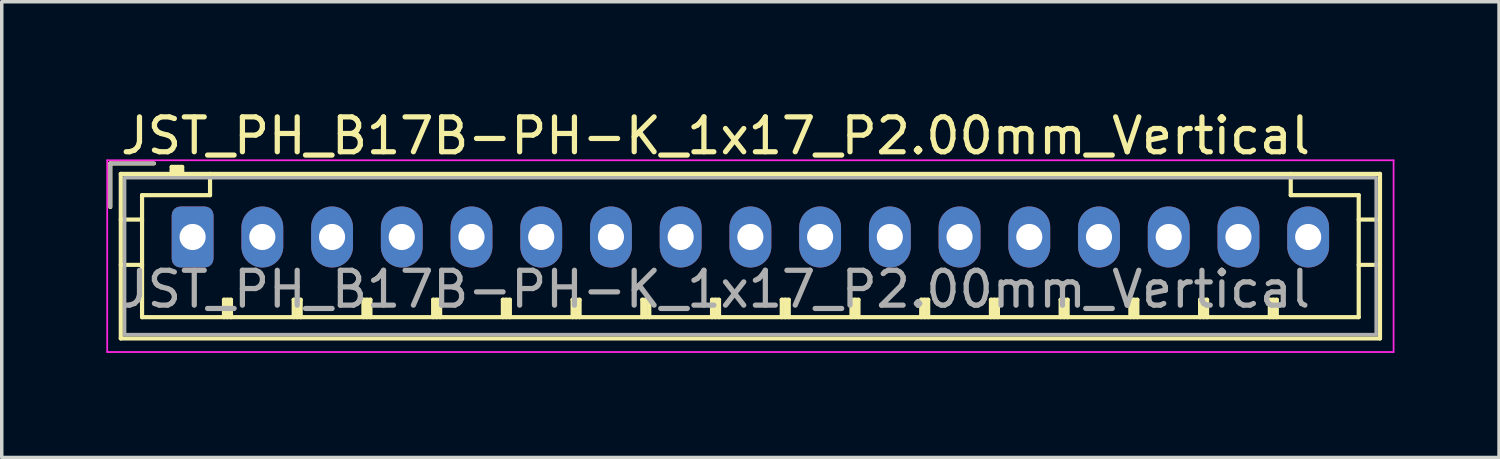
<source format=kicad_pcb>
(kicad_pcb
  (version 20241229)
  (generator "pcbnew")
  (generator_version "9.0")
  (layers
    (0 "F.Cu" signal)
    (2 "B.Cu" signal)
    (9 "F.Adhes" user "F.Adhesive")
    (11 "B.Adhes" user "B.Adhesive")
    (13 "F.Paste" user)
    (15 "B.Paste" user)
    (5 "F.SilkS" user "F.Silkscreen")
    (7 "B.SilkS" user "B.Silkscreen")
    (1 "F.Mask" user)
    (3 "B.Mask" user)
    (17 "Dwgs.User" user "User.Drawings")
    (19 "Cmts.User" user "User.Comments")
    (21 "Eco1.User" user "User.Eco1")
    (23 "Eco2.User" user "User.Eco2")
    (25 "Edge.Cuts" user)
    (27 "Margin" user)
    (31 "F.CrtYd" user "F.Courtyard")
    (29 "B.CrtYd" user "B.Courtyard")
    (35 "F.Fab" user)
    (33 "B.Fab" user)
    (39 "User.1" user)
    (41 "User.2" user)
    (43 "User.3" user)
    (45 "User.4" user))
  (footprint "JST_PH_B17B-PH-K_1x17_P2.00mm_Vertical"
    (layer "F.Cu")
    (at 2.475 3.748)
    (property "Reference" "JST_PH_B17B-PH-K_1x17_P2.00mm_Vertical" (at 15 -2.9 0) (layer "F.SilkS") (effects (font (size 1 1) (thickness 0.15))))
    (attr through_hole)
    (fp_line (start -2.36 -2.11) (end -2.36 -0.86) (stroke (width 0.12) (type solid)) (layer "F.SilkS"))
    (fp_line (start -2.06 -1.81) (end -2.06 2.91) (stroke (width 0.12) (type solid)) (layer "F.SilkS"))
    (fp_line (start -2.06 -0.5) (end -1.45 -0.5) (stroke (width 0.12) (type solid)) (layer "F.SilkS"))
    (fp_line (start -2.06 0.8) (end -1.45 0.8) (stroke (width 0.12) (type solid)) (layer "F.SilkS"))
    (fp_line (start -2.06 2.91) (end 34.06 2.91) (stroke (width 0.12) (type solid)) (layer "F.SilkS"))
    (fp_line (start -1.45 -1.2) (end -1.45 2.3) (stroke (width 0.12) (type solid)) (layer "F.SilkS"))
    (fp_line (start -1.45 2.3) (end 33.45 2.3) (stroke (width 0.12) (type solid)) (layer "F.SilkS"))
    (fp_line (start -1.11 -2.11) (end -2.36 -2.11) (stroke (width 0.12) (type solid)) (layer "F.SilkS"))
    (fp_line (start -0.6 -2.01) (end -0.6 -1.81) (stroke (width 0.12) (type solid)) (layer "F.SilkS"))
    (fp_line (start -0.3 -2.01) (end -0.6 -2.01) (stroke (width 0.12) (type solid)) (layer "F.SilkS"))
    (fp_line (start -0.3 -1.91) (end -0.6 -1.91) (stroke (width 0.12) (type solid)) (layer "F.SilkS"))
    (fp_line (start -0.3 -1.81) (end -0.3 -2.01) (stroke (width 0.12) (type solid)) (layer "F.SilkS"))
    (fp_line (start 0.5 -1.81) (end 0.5 -1.2) (stroke (width 0.12) (type solid)) (layer "F.SilkS"))
    (fp_line (start 0.5 -1.2) (end -1.45 -1.2) (stroke (width 0.12) (type solid)) (layer "F.SilkS"))
    (fp_line (start 0.9 1.8) (end 1.1 1.8) (stroke (width 0.12) (type solid)) (layer "F.SilkS"))
    (fp_line (start 0.9 2.3) (end 0.9 1.8) (stroke (width 0.12) (type solid)) (layer "F.SilkS"))
    (fp_line (start 1 2.3) (end 1 1.8) (stroke (width 0.12) (type solid)) (layer "F.SilkS"))
    (fp_line (start 1.1 1.8) (end 1.1 2.3) (stroke (width 0.12) (type solid)) (layer "F.SilkS"))
    (fp_line (start 2.9 1.8) (end 3.1 1.8) (stroke (width 0.12) (type solid)) (layer "F.SilkS"))
    (fp_line (start 2.9 2.3) (end 2.9 1.8) (stroke (width 0.12) (type solid)) (layer "F.SilkS"))
    (fp_line (start 3 2.3) (end 3 1.8) (stroke (width 0.12) (type solid)) (layer "F.SilkS"))
    (fp_line (start 3.1 1.8) (end 3.1 2.3) (stroke (width 0.12) (type solid)) (layer "F.SilkS"))
    (fp_line (start 4.9 1.8) (end 5.1 1.8) (stroke (width 0.12) (type solid)) (layer "F.SilkS"))
    (fp_line (start 4.9 2.3) (end 4.9 1.8) (stroke (width 0.12) (type solid)) (layer "F.SilkS"))
    (fp_line (start 5 2.3) (end 5 1.8) (stroke (width 0.12) (type solid)) (layer "F.SilkS"))
    (fp_line (start 5.1 1.8) (end 5.1 2.3) (stroke (width 0.12) (type solid)) (layer "F.SilkS"))
    (fp_line (start 6.9 1.8) (end 7.1 1.8) (stroke (width 0.12) (type solid)) (layer "F.SilkS"))
    (fp_line (start 6.9 2.3) (end 6.9 1.8) (stroke (width 0.12) (type solid)) (layer "F.SilkS"))
    (fp_line (start 7 2.3) (end 7 1.8) (stroke (width 0.12) (type solid)) (layer "F.SilkS"))
    (fp_line (start 7.1 1.8) (end 7.1 2.3) (stroke (width 0.12) (type solid)) (layer "F.SilkS"))
    (fp_line (start 8.9 1.8) (end 9.1 1.8) (stroke (width 0.12) (type solid)) (layer "F.SilkS"))
    (fp_line (start 8.9 2.3) (end 8.9 1.8) (stroke (width 0.12) (type solid)) (layer "F.SilkS"))
    (fp_line (start 9 2.3) (end 9 1.8) (stroke (width 0.12) (type solid)) (layer "F.SilkS"))
    (fp_line (start 9.1 1.8) (end 9.1 2.3) (stroke (width 0.12) (type solid)) (layer "F.SilkS"))
    (fp_line (start 10.9 1.8) (end 11.1 1.8) (stroke (width 0.12) (type solid)) (layer "F.SilkS"))
    (fp_line (start 10.9 2.3) (end 10.9 1.8) (stroke (width 0.12) (type solid)) (layer "F.SilkS"))
    (fp_line (start 11 2.3) (end 11 1.8) (stroke (width 0.12) (type solid)) (layer "F.SilkS"))
    (fp_line (start 11.1 1.8) (end 11.1 2.3) (stroke (width 0.12) (type solid)) (layer "F.SilkS"))
    (fp_line (start 12.9 1.8) (end 13.1 1.8) (stroke (width 0.12) (type solid)) (layer "F.SilkS"))
    (fp_line (start 12.9 2.3) (end 12.9 1.8) (stroke (width 0.12) (type solid)) (layer "F.SilkS"))
    (fp_line (start 13 2.3) (end 13 1.8) (stroke (width 0.12) (type solid)) (layer "F.SilkS"))
    (fp_line (start 13.1 1.8) (end 13.1 2.3) (stroke (width 0.12) (type solid)) (layer "F.SilkS"))
    (fp_line (start 14.9 1.8) (end 15.1 1.8) (stroke (width 0.12) (type solid)) (layer "F.SilkS"))
    (fp_line (start 14.9 2.3) (end 14.9 1.8) (stroke (width 0.12) (type solid)) (layer "F.SilkS"))
    (fp_line (start 15 2.3) (end 15 1.8) (stroke (width 0.12) (type solid)) (layer "F.SilkS"))
    (fp_line (start 15.1 1.8) (end 15.1 2.3) (stroke (width 0.12) (type solid)) (layer "F.SilkS"))
    (fp_line (start 16.9 1.8) (end 17.1 1.8) (stroke (width 0.12) (type solid)) (layer "F.SilkS"))
    (fp_line (start 16.9 2.3) (end 16.9 1.8) (stroke (width 0.12) (type solid)) (layer "F.SilkS"))
    (fp_line (start 17 2.3) (end 17 1.8) (stroke (width 0.12) (type solid)) (layer "F.SilkS"))
    (fp_line (start 17.1 1.8) (end 17.1 2.3) (stroke (width 0.12) (type solid)) (layer "F.SilkS"))
    (fp_line (start 18.9 1.8) (end 19.1 1.8) (stroke (width 0.12) (type solid)) (layer "F.SilkS"))
    (fp_line (start 18.9 2.3) (end 18.9 1.8) (stroke (width 0.12) (type solid)) (layer "F.SilkS"))
    (fp_line (start 19 2.3) (end 19 1.8) (stroke (width 0.12) (type solid)) (layer "F.SilkS"))
    (fp_line (start 19.1 1.8) (end 19.1 2.3) (stroke (width 0.12) (type solid)) (layer "F.SilkS"))
    (fp_line (start 20.9 1.8) (end 21.1 1.8) (stroke (width 0.12) (type solid)) (layer "F.SilkS"))
    (fp_line (start 20.9 2.3) (end 20.9 1.8) (stroke (width 0.12) (type solid)) (layer "F.SilkS"))
    (fp_line (start 21 2.3) (end 21 1.8) (stroke (width 0.12) (type solid)) (layer "F.SilkS"))
    (fp_line (start 21.1 1.8) (end 21.1 2.3) (stroke (width 0.12) (type solid)) (layer "F.SilkS"))
    (fp_line (start 22.9 1.8) (end 23.1 1.8) (stroke (width 0.12) (type solid)) (layer "F.SilkS"))
    (fp_line (start 22.9 2.3) (end 22.9 1.8) (stroke (width 0.12) (type solid)) (layer "F.SilkS"))
    (fp_line (start 23 2.3) (end 23 1.8) (stroke (width 0.12) (type solid)) (layer "F.SilkS"))
    (fp_line (start 23.1 1.8) (end 23.1 2.3) (stroke (width 0.12) (type solid)) (layer "F.SilkS"))
    (fp_line (start 24.9 1.8) (end 25.1 1.8) (stroke (width 0.12) (type solid)) (layer "F.SilkS"))
    (fp_line (start 24.9 2.3) (end 24.9 1.8) (stroke (width 0.12) (type solid)) (layer "F.SilkS"))
    (fp_line (start 25 2.3) (end 25 1.8) (stroke (width 0.12) (type solid)) (layer "F.SilkS"))
    (fp_line (start 25.1 1.8) (end 25.1 2.3) (stroke (width 0.12) (type solid)) (layer "F.SilkS"))
    (fp_line (start 26.9 1.8) (end 27.1 1.8) (stroke (width 0.12) (type solid)) (layer "F.SilkS"))
    (fp_line (start 26.9 2.3) (end 26.9 1.8) (stroke (width 0.12) (type solid)) (layer "F.SilkS"))
    (fp_line (start 27 2.3) (end 27 1.8) (stroke (width 0.12) (type solid)) (layer "F.SilkS"))
    (fp_line (start 27.1 1.8) (end 27.1 2.3) (stroke (width 0.12) (type solid)) (layer "F.SilkS"))
    (fp_line (start 28.9 1.8) (end 29.1 1.8) (stroke (width 0.12) (type solid)) (layer "F.SilkS"))
    (fp_line (start 28.9 2.3) (end 28.9 1.8) (stroke (width 0.12) (type solid)) (layer "F.SilkS"))
    (fp_line (start 29 2.3) (end 29 1.8) (stroke (width 0.12) (type solid)) (layer "F.SilkS"))
    (fp_line (start 29.1 1.8) (end 29.1 2.3) (stroke (width 0.12) (type solid)) (layer "F.SilkS"))
    (fp_line (start 30.9 1.8) (end 31.1 1.8) (stroke (width 0.12) (type solid)) (layer "F.SilkS"))
    (fp_line (start 30.9 2.3) (end 30.9 1.8) (stroke (width 0.12) (type solid)) (layer "F.SilkS"))
    (fp_line (start 31 2.3) (end 31 1.8) (stroke (width 0.12) (type solid)) (layer "F.SilkS"))
    (fp_line (start 31.1 1.8) (end 31.1 2.3) (stroke (width 0.12) (type solid)) (layer "F.SilkS"))
    (fp_line (start 31.5 -1.2) (end 31.5 -1.81) (stroke (width 0.12) (type solid)) (layer "F.SilkS"))
    (fp_line (start 33.45 -1.2) (end 31.5 -1.2) (stroke (width 0.12) (type solid)) (layer "F.SilkS"))
    (fp_line (start 33.45 2.3) (end 33.45 -1.2) (stroke (width 0.12) (type solid)) (layer "F.SilkS"))
    (fp_line (start 34.06 -1.81) (end -2.06 -1.81) (stroke (width 0.12) (type solid)) (layer "F.SilkS"))
    (fp_line (start 34.06 -0.5) (end 33.45 -0.5) (stroke (width 0.12) (type solid)) (layer "F.SilkS"))
    (fp_line (start 34.06 0.8) (end 33.45 0.8) (stroke (width 0.12) (type solid)) (layer "F.SilkS"))
    (fp_line (start 34.06 2.91) (end 34.06 -1.81) (stroke (width 0.12) (type solid)) (layer "F.SilkS"))
    (fp_line (start -2.45 -2.2) (end -2.45 3.3) (stroke (width 0.05) (type solid)) (layer "F.CrtYd"))
    (fp_line (start -2.45 3.3) (end 34.45 3.3) (stroke (width 0.05) (type solid)) (layer "F.CrtYd"))
    (fp_line (start 34.45 -2.2) (end -2.45 -2.2) (stroke (width 0.05) (type solid)) (layer "F.CrtYd"))
    (fp_line (start 34.45 3.3) (end 34.45 -2.2) (stroke (width 0.05) (type solid)) (layer "F.CrtYd"))
    (fp_line (start -2.36 -2.11) (end -2.36 -0.86) (stroke (width 0.1) (type solid)) (layer "F.Fab"))
    (fp_line (start -1.95 -1.7) (end -1.95 2.8) (stroke (width 0.1) (type solid)) (layer "F.Fab"))
    (fp_line (start -1.95 2.8) (end 33.95 2.8) (stroke (width 0.1) (type solid)) (layer "F.Fab"))
    (fp_line (start -1.11 -2.11) (end -2.36 -2.11) (stroke (width 0.1) (type solid)) (layer "F.Fab"))
    (fp_line (start 33.95 -1.7) (end -1.95 -1.7) (stroke (width 0.1) (type solid)) (layer "F.Fab"))
    (fp_line (start 33.95 2.8) (end 33.95 -1.7) (stroke (width 0.1) (type solid)) (layer "F.Fab"))
    (fp_text user "${REFERENCE}" (at 15 1.5 0) (layer "F.Fab") (effects (font (size 1 1) (thickness 0.15))))
    (pad "1" thru_hole roundrect (at 0 0) (size 1.2 1.75) (drill 0.75) (layers "*.Cu" "*.Mask") (roundrect_rratio 0.208))
    (pad "2" thru_hole oval (at 2 0) (size 1.2 1.75) (drill 0.75) (layers "*.Cu" "*.Mask"))
    (pad "3" thru_hole oval (at 4 0) (size 1.2 1.75) (drill 0.75) (layers "*.Cu" "*.Mask"))
    (pad "4" thru_hole oval (at 6 0) (size 1.2 1.75) (drill 0.75) (layers "*.Cu" "*.Mask"))
    (pad "5" thru_hole oval (at 8 0) (size 1.2 1.75) (drill 0.75) (layers "*.Cu" "*.Mask"))
    (pad "6" thru_hole oval (at 10 0) (size 1.2 1.75) (drill 0.75) (layers "*.Cu" "*.Mask"))
    (pad "7" thru_hole oval (at 12 0) (size 1.2 1.75) (drill 0.75) (layers "*.Cu" "*.Mask"))
    (pad "8" thru_hole oval (at 14 0) (size 1.2 1.75) (drill 0.75) (layers "*.Cu" "*.Mask"))
    (pad "9" thru_hole oval (at 16 0) (size 1.2 1.75) (drill 0.75) (layers "*.Cu" "*.Mask"))
    (pad "10" thru_hole oval (at 18 0) (size 1.2 1.75) (drill 0.75) (layers "*.Cu" "*.Mask"))
    (pad "11" thru_hole oval (at 20 0) (size 1.2 1.75) (drill 0.75) (layers "*.Cu" "*.Mask"))
    (pad "12" thru_hole oval (at 22 0) (size 1.2 1.75) (drill 0.75) (layers "*.Cu" "*.Mask"))
    (pad "13" thru_hole oval (at 24 0) (size 1.2 1.75) (drill 0.75) (layers "*.Cu" "*.Mask"))
    (pad "14" thru_hole oval (at 26 0) (size 1.2 1.75) (drill 0.75) (layers "*.Cu" "*.Mask"))
    (pad "15" thru_hole oval (at 28 0) (size 1.2 1.75) (drill 0.75) (layers "*.Cu" "*.Mask"))
    (pad "16" thru_hole oval (at 30 0) (size 1.2 1.75) (drill 0.75) (layers "*.Cu" "*.Mask"))
    (pad "17" thru_hole oval (at 32 0) (size 1.2 1.75) (drill 0.75) (layers "*.Cu" "*.Mask")))
  (gr_rect
    (start -3 -3)
    (end 39.95 10.073)
    (stroke (width 0.1) (type default))
    (fill no)
    (layer "Edge.Cuts")))
</source>
